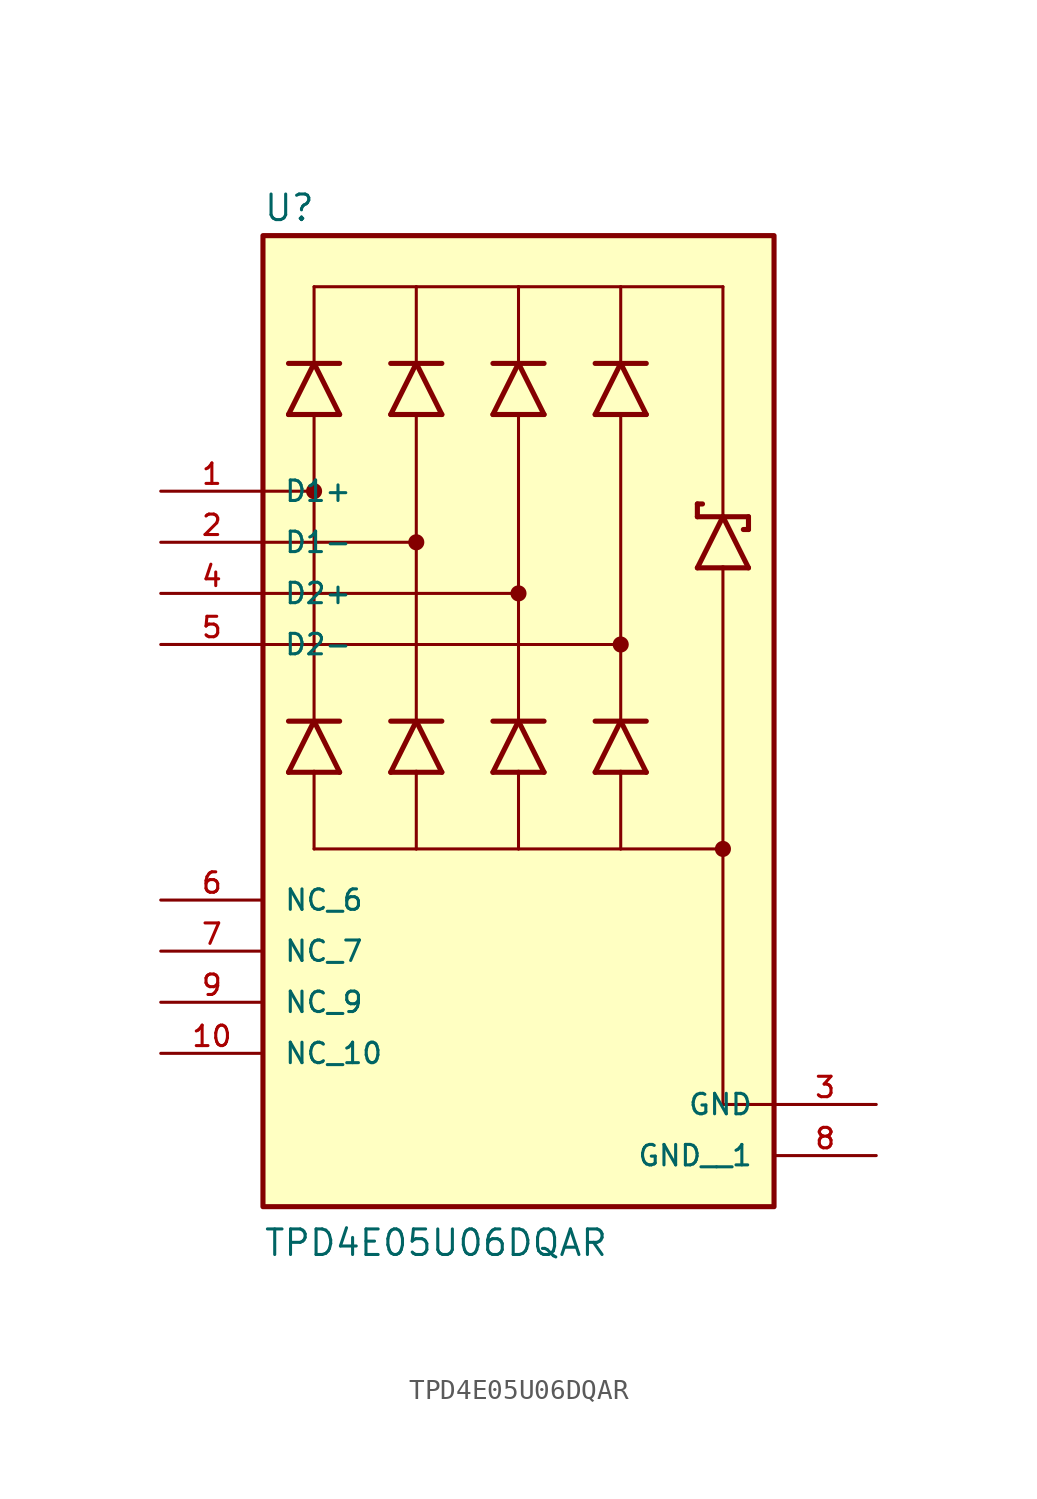
<source format=kicad_sym>
(kicad_symbol_lib
  (version 20211014)
  (generator kicad_symbol_editor)
  (symbol "TPD4E05U06DQAR"
    (pin_names
      (offset 1.016))
    (property "Reference" "U"
      (at -12.7 23.495 0)
      (effects (font (size 1.27 1.27)) (justify bottom left)))
    (property "Value" "TPD4E05U06DQAR"
      (at -12.7 -27.94 0)
      (effects (font (size 1.27 1.27)) (justify bottom left)))
    (symbol "TPD4E05U06DQAR_0_0"
      (polyline (pts (xy 6.35 13.97) (xy 5.08 16.51)) (stroke (width 0.254)))
      (polyline (pts (xy 5.08 16.51) (xy 3.81 13.97)) (stroke (width 0.254)))
      (polyline (pts (xy 3.81 16.51) (xy 5.08 16.51)) (stroke (width 0.254)))
      (polyline (pts (xy 3.81 13.97) (xy 5.08 13.97)) (stroke (width 0.254)))
      (polyline (pts (xy 5.08 13.97) (xy 6.35 13.97)) (stroke (width 0.254)))
      (polyline (pts (xy 5.08 16.51) (xy 6.35 16.51)) (stroke (width 0.254)))
      (polyline (pts (xy 6.35 -3.81) (xy 5.08 -1.27)) (stroke (width 0.254)))
      (polyline (pts (xy 5.08 -1.27) (xy 3.81 -3.81)) (stroke (width 0.254)))
      (polyline (pts (xy 3.81 -1.27) (xy 5.08 -1.27)) (stroke (width 0.254)))
      (polyline (pts (xy 3.81 -3.81) (xy 5.08 -3.81)) (stroke (width 0.254)))
      (polyline (pts (xy 5.08 -3.81) (xy 6.35 -3.81)) (stroke (width 0.254)))
      (polyline (pts (xy 5.08 -1.27) (xy 6.35 -1.27)) (stroke (width 0.254)))
      (polyline (pts (xy 11.43 6.35) (xy 10.16 8.89)) (stroke (width 0.254)))
      (polyline (pts (xy 10.16 8.89) (xy 8.89 6.35)) (stroke (width 0.254)))
      (polyline (pts (xy 8.89 9.525) (xy 8.89 8.89)) (stroke (width 0.254)))
      (polyline (pts (xy 8.89 8.89) (xy 10.16 8.89)) (stroke (width 0.254)))
      (polyline (pts (xy 8.89 6.35) (xy 10.16 6.35)) (stroke (width 0.254)))
      (polyline (pts (xy 10.16 6.35) (xy 11.43 6.35)) (stroke (width 0.254)))
      (polyline (pts (xy 10.16 8.89) (xy 11.43 8.89)) (stroke (width 0.254)))
      (polyline (pts (xy 8.89 9.525) (xy 9.144 9.525)) (stroke (width 0.254)))
      (polyline (pts (xy 11.43 8.89) (xy 11.43 8.255)) (stroke (width 0.254)))
      (polyline (pts (xy 11.176 8.255) (xy 11.43 8.255)) (stroke (width 0.254)))
      (polyline (pts (xy 1.27 13.97) (xy 0.0 16.51)) (stroke (width 0.254)))
      (polyline (pts (xy 0.0 16.51) (xy -1.27 13.97)) (stroke (width 0.254)))
      (polyline (pts (xy -1.27 16.51) (xy 0.0 16.51)) (stroke (width 0.254)))
      (polyline (pts (xy -1.27 13.97) (xy 0.0 13.97)) (stroke (width 0.254)))
      (polyline (pts (xy 0.0 13.97) (xy 1.27 13.97)) (stroke (width 0.254)))
      (polyline (pts (xy 0.0 16.51) (xy 1.27 16.51)) (stroke (width 0.254)))
      (polyline (pts (xy 1.27 -3.81) (xy 0.0 -1.27)) (stroke (width 0.254)))
      (polyline (pts (xy 0.0 -1.27) (xy -1.27 -3.81)) (stroke (width 0.254)))
      (polyline (pts (xy -1.27 -1.27) (xy 0.0 -1.27)) (stroke (width 0.254)))
      (polyline (pts (xy -1.27 -3.81) (xy 0.0 -3.81)) (stroke (width 0.254)))
      (polyline (pts (xy 0.0 -3.81) (xy 1.27 -3.81)) (stroke (width 0.254)))
      (polyline (pts (xy 0.0 -1.27) (xy 1.27 -1.27)) (stroke (width 0.254)))
      (polyline (pts (xy -3.81 13.97) (xy -5.08 16.51)) (stroke (width 0.254)))
      (polyline (pts (xy -5.08 16.51) (xy -6.35 13.97)) (stroke (width 0.254)))
      (polyline (pts (xy -6.35 16.51) (xy -5.08 16.51)) (stroke (width 0.254)))
      (polyline (pts (xy -6.35 13.97) (xy -5.08 13.97)) (stroke (width 0.254)))
      (polyline (pts (xy -5.08 13.97) (xy -3.81 13.97)) (stroke (width 0.254)))
      (polyline (pts (xy -5.08 16.51) (xy -3.81 16.51)) (stroke (width 0.254)))
      (polyline (pts (xy -3.81 -3.81) (xy -5.08 -1.27)) (stroke (width 0.254)))
      (polyline (pts (xy -5.08 -1.27) (xy -6.35 -3.81)) (stroke (width 0.254)))
      (polyline (pts (xy -6.35 -1.27) (xy -5.08 -1.27)) (stroke (width 0.254)))
      (polyline (pts (xy -6.35 -3.81) (xy -5.08 -3.81)) (stroke (width 0.254)))
      (polyline (pts (xy -5.08 -3.81) (xy -3.81 -3.81)) (stroke (width 0.254)))
      (polyline (pts (xy -5.08 -1.27) (xy -3.81 -1.27)) (stroke (width 0.254)))
      (polyline (pts (xy -8.89 13.97) (xy -10.16 16.51)) (stroke (width 0.254)))
      (polyline (pts (xy -10.16 16.51) (xy -11.43 13.97)) (stroke (width 0.254)))
      (polyline (pts (xy -11.43 16.51) (xy -10.16 16.51)) (stroke (width 0.254)))
      (polyline (pts (xy -11.43 13.97) (xy -10.16 13.97)) (stroke (width 0.254)))
      (polyline (pts (xy -10.16 13.97) (xy -8.89 13.97)) (stroke (width 0.254)))
      (polyline (pts (xy -10.16 16.51) (xy -8.89 16.51)) (stroke (width 0.254)))
      (polyline (pts (xy -8.89 -3.81) (xy -10.16 -1.27)) (stroke (width 0.254)))
      (polyline (pts (xy -10.16 -1.27) (xy -11.43 -3.81)) (stroke (width 0.254)))
      (polyline (pts (xy -11.43 -1.27) (xy -10.16 -1.27)) (stroke (width 0.254)))
      (polyline (pts (xy -11.43 -3.81) (xy -10.16 -3.81)) (stroke (width 0.254)))
      (polyline (pts (xy -10.16 -3.81) (xy -8.89 -3.81)) (stroke (width 0.254)))
      (polyline (pts (xy -10.16 -1.27) (xy -8.89 -1.27)) (stroke (width 0.254)))
      (polyline (pts (xy -10.16 -1.27) (xy -10.16 10.16)) (stroke (width 0.152)))
      (polyline (pts (xy -10.16 10.16) (xy -10.16 13.97)) (stroke (width 0.152)))
      (polyline (pts (xy -5.08 -1.27) (xy -5.08 7.62)) (stroke (width 0.152)))
      (polyline (pts (xy -5.08 7.62) (xy -5.08 13.97)) (stroke (width 0.152)))
      (polyline (pts (xy 0.0 -1.27) (xy 0.0 5.08)) (stroke (width 0.152)))
      (polyline (pts (xy 0.0 5.08) (xy 0.0 13.97)) (stroke (width 0.152)))
      (polyline (pts (xy 5.08 -1.27) (xy 5.08 2.54)) (stroke (width 0.152)))
      (polyline (pts (xy 5.08 2.54) (xy 5.08 13.97)) (stroke (width 0.152)))
      (polyline (pts (xy -10.16 -3.81) (xy -10.16 -7.62)) (stroke (width 0.152)))
      (polyline (pts (xy -10.16 -7.62) (xy -5.08 -7.62)) (stroke (width 0.152)))
      (polyline (pts (xy -5.08 -7.62) (xy 0.0 -7.62)) (stroke (width 0.152)))
      (polyline (pts (xy 0.0 -7.62) (xy 5.08 -7.62)) (stroke (width 0.152)))
      (polyline (pts (xy 5.08 -7.62) (xy 10.16 -7.62)) (stroke (width 0.152)))
      (polyline (pts (xy 10.16 -7.62) (xy 10.16 6.35)) (stroke (width 0.152)))
      (polyline (pts (xy -10.16 16.51) (xy -10.16 20.32)) (stroke (width 0.152)))
      (polyline (pts (xy -10.16 20.32) (xy -5.08 20.32)) (stroke (width 0.152)))
      (polyline (pts (xy -5.08 20.32) (xy 0.0 20.32)) (stroke (width 0.152)))
      (polyline (pts (xy 0.0 20.32) (xy 5.08 20.32)) (stroke (width 0.152)))
      (polyline (pts (xy 5.08 20.32) (xy 10.16 20.32)) (stroke (width 0.152)))
      (polyline (pts (xy 10.16 20.32) (xy 10.16 8.89)) (stroke (width 0.152)))
      (polyline (pts (xy -5.08 16.51) (xy -5.08 20.32)) (stroke (width 0.152)))
      (polyline (pts (xy 0.0 16.51) (xy 0.0 20.32)) (stroke (width 0.152)))
      (polyline (pts (xy 5.08 16.51) (xy 5.08 20.32)) (stroke (width 0.152)))
      (polyline (pts (xy -5.08 -3.81) (xy -5.08 -7.62)) (stroke (width 0.152)))
      (polyline (pts (xy 0.0 -3.81) (xy 0.0 -7.62)) (stroke (width 0.152)))
      (polyline (pts (xy 5.08 -3.81) (xy 5.08 -7.62)) (stroke (width 0.152)))
      (polyline (pts (xy -12.7 10.16) (xy -10.16 10.16)) (stroke (width 0.152)))
      (polyline (pts (xy -12.7 7.62) (xy -5.08 7.62)) (stroke (width 0.152)))
      (polyline (pts (xy -12.7 5.08) (xy 0.0 5.08)) (stroke (width 0.152)))
      (polyline (pts (xy -12.7 2.54) (xy 5.08 2.54)) (stroke (width 0.152)))
      (polyline (pts (xy 10.16 -7.62) (xy 10.16 -20.32)) (stroke (width 0.152)))
      (polyline (pts (xy 10.16 -20.32) (xy 12.7 -20.32)) (stroke (width 0.152)))
      (circle (center -5.08 7.62) (radius 0.2) (stroke (width 0.4)) (fill (type none)))
      (circle (center -10.16 10.16) (radius 0.2) (stroke (width 0.4)) (fill (type none)))
      (circle (center 0.0 5.08) (radius 0.2) (stroke (width 0.4)) (fill (type none)))
      (circle (center 5.08 2.54) (radius 0.2) (stroke (width 0.4)) (fill (type none)))
      (circle (center 10.16 -7.62) (radius 0.2) (stroke (width 0.4)) (fill (type none)))
      (rectangle (start -12.7 -25.4) (end 12.7 22.86) (stroke (width 0.254)) (fill (type background)))
      (pin bidirectional line (at -17.78 10.16 0) (length 5.08) (name "D1+" (effects (font (size 1.016 1.016)))) (number "1" (effects (font (size 1.016 1.016)))))
      (pin bidirectional line (at -17.78 7.62 0) (length 5.08) (name "D1-" (effects (font (size 1.016 1.016)))) (number "2" (effects (font (size 1.016 1.016)))))
      (pin bidirectional line (at -17.78 5.08 0) (length 5.08) (name "D2+" (effects (font (size 1.016 1.016)))) (number "4" (effects (font (size 1.016 1.016)))))
      (pin bidirectional line (at -17.78 2.54 0) (length 5.08) (name "D2-" (effects (font (size 1.016 1.016)))) (number "5" (effects (font (size 1.016 1.016)))))
      (pin power_in line (at 17.78 -20.32 180.0) (length 5.08) (name "GND" (effects (font (size 1.016 1.016)))) (number "3" (effects (font (size 1.016 1.016)))))
      (pin passive line (at -17.78 -10.16 0) (length 5.08) (name "NC_6" (effects (font (size 1.016 1.016)))) (number "6" (effects (font (size 1.016 1.016)))))
      (pin passive line (at -17.78 -12.7 0) (length 5.08) (name "NC_7" (effects (font (size 1.016 1.016)))) (number "7" (effects (font (size 1.016 1.016)))))
      (pin passive line (at -17.78 -15.24 0) (length 5.08) (name "NC_9" (effects (font (size 1.016 1.016)))) (number "9" (effects (font (size 1.016 1.016)))))
      (pin passive line (at -17.78 -17.78 0) (length 5.08) (name "NC_10" (effects (font (size 1.016 1.016)))) (number "10" (effects (font (size 1.016 1.016)))))
      (pin power_in line (at 17.78 -22.86 180.0) (length 5.08) (name "GND__1" (effects (font (size 1.016 1.016)))) (number "8" (effects (font (size 1.016 1.016))))))))
</source>
